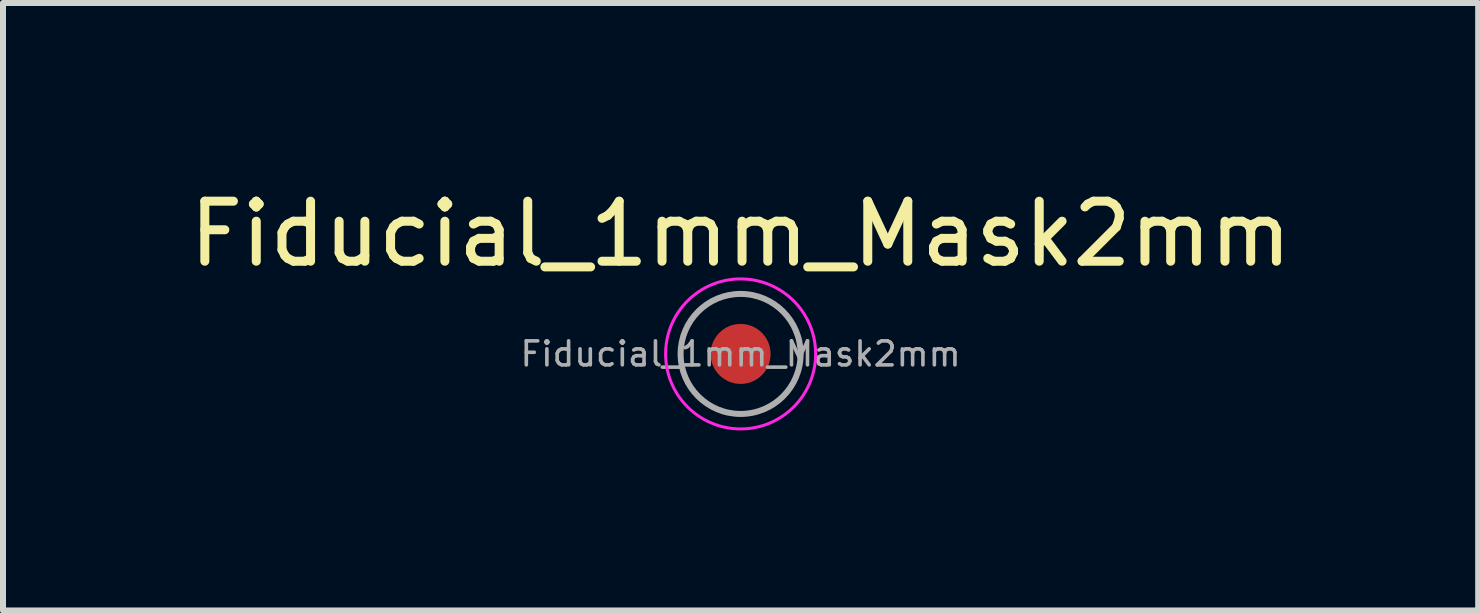
<source format=kicad_pcb>
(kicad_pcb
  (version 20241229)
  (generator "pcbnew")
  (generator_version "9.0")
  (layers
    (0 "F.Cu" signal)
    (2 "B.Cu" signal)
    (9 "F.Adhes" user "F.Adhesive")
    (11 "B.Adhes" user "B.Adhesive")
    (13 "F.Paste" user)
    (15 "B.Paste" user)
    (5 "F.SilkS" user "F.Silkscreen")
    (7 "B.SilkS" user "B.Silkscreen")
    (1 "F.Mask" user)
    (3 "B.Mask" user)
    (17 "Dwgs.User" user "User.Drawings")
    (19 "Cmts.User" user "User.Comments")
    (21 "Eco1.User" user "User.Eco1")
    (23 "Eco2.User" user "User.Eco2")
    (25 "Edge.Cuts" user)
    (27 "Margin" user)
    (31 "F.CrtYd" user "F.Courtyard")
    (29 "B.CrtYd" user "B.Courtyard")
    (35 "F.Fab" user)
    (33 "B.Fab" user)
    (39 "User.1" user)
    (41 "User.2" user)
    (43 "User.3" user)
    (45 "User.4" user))
  (footprint "Fiducial_1mm_Mask2mm"
    (layer "F.Cu")
    (at 9.292 2.848)
    (property "Reference" "Fiducial_1mm_Mask2mm" (at 0 -2 0) (layer "F.SilkS") (effects (font (size 1 1) (thickness 0.15))))
    (attr smd exclude_from_bom)
    (fp_circle (center 0 0) (end 1.25 0) (stroke (width 0.05) (type solid)) (fill no) (layer "F.CrtYd"))
    (fp_circle (center 0 0) (end 1 0) (stroke (width 0.1) (type solid)) (fill no) (layer "F.Fab"))
    (fp_text user "${REFERENCE}" (at 0 0 0) (layer "F.Fab") (effects (font (size 0.4 0.4) (thickness 0.06))))
    (pad "" smd circle (at 0 0) (size 1 1) (layers "F.Cu" "F.Mask")))
  (gr_rect
    (start -3 -3)
    (end 21.583 7.123)
    (stroke (width 0.1) (type default))
    (fill no)
    (layer "Edge.Cuts")))
</source>
